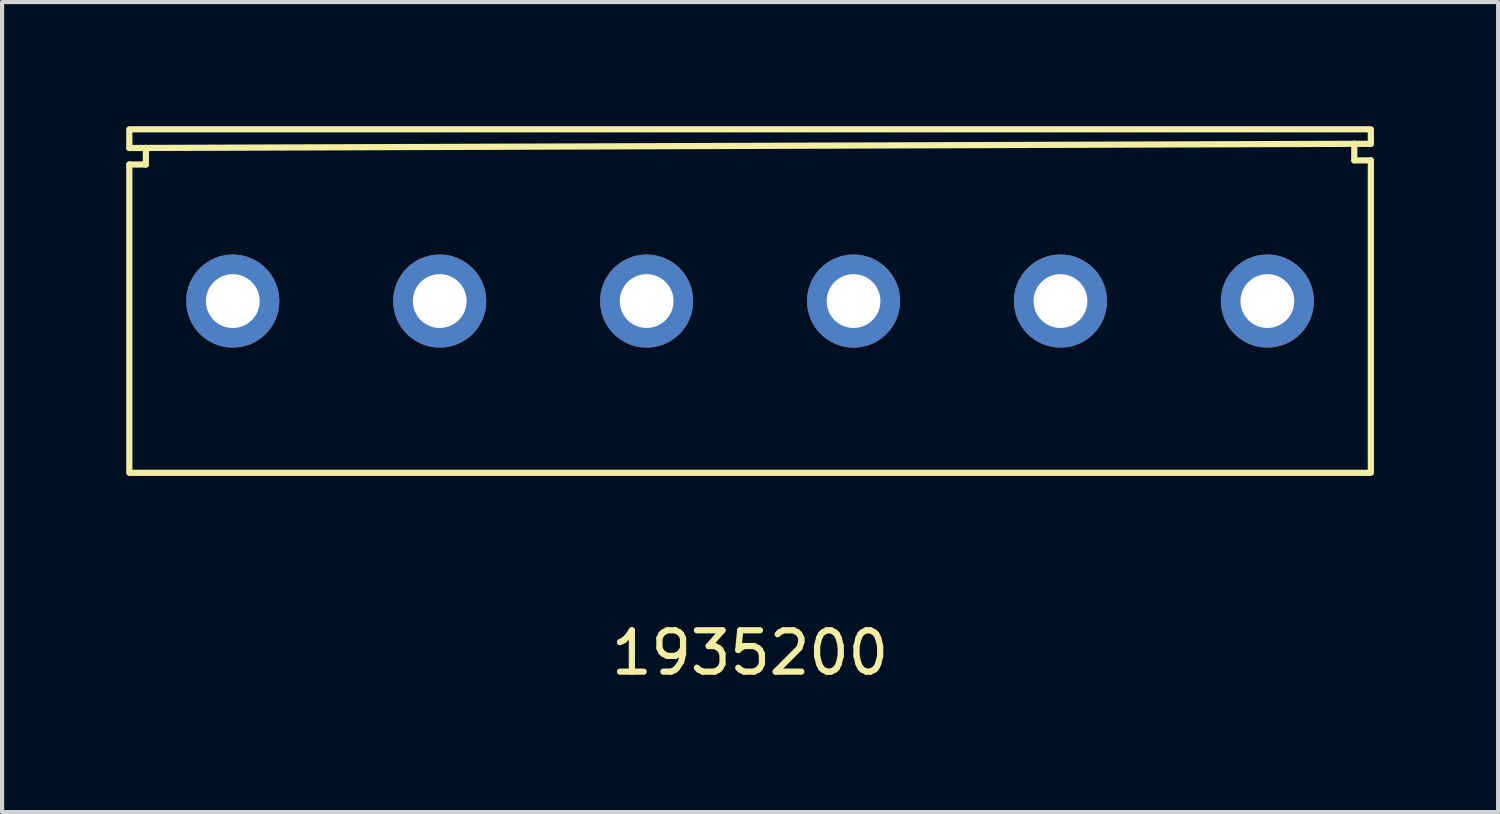
<source format=kicad_pcb>
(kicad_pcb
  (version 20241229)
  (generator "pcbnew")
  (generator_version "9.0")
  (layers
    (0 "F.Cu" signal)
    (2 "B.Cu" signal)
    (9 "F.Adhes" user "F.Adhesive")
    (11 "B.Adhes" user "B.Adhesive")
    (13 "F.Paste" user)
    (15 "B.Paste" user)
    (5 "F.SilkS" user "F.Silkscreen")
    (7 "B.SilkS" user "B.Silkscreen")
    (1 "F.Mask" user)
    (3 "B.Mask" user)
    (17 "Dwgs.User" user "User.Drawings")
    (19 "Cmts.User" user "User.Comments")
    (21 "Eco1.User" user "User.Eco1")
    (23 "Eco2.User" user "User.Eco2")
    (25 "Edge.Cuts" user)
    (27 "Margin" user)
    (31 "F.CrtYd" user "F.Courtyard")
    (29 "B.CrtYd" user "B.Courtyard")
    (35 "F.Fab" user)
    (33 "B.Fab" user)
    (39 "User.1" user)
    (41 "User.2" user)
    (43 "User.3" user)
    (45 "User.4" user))
  (footprint "1935200"
    (layer "F.Cu")
    (at 15.075 4.225)
    (property "Reference" "1935200" (at 0 8.5 0) (layer "F.SilkS") (effects (font (size 1 1) (thickness 0.15))))
    (attr through_hole)
    (fp_line (start -15 -4.15) (end 15 -4.15) (stroke (width 0.15) (type solid)) (layer "F.SilkS"))
    (fp_line (start -15 -4.1) (end -15 -3.7) (stroke (width 0.15) (type solid)) (layer "F.SilkS"))
    (fp_line (start -15 -3.7) (end -14.6 -3.7) (stroke (width 0.15) (type solid)) (layer "F.SilkS"))
    (fp_line (start -15 -3.3) (end -15 4.1) (stroke (width 0.15) (type solid)) (layer "F.SilkS"))
    (fp_line (start -15 4.15) (end 15 4.15) (stroke (width 0.15) (type solid)) (layer "F.SilkS"))
    (fp_line (start -14.6 -3.7) (end -14.6 -3.3) (stroke (width 0.15) (type solid)) (layer "F.SilkS"))
    (fp_line (start -14.6 -3.7) (end 14.6 -3.8) (stroke (width 0.15) (type solid)) (layer "F.SilkS"))
    (fp_line (start -14.6 -3.3) (end -15 -3.3) (stroke (width 0.15) (type solid)) (layer "F.SilkS"))
    (fp_line (start 14.6 -3.8) (end 14.6 -3.4) (stroke (width 0.15) (type solid)) (layer "F.SilkS"))
    (fp_line (start 14.6 -3.4) (end 15 -3.4) (stroke (width 0.15) (type solid)) (layer "F.SilkS"))
    (fp_line (start 15 -4.1) (end 15 -3.8) (stroke (width 0.15) (type solid)) (layer "F.SilkS"))
    (fp_line (start 15 -3.8) (end 14.6 -3.8) (stroke (width 0.15) (type solid)) (layer "F.SilkS"))
    (fp_line (start 15 -3.4) (end 15 4.1) (stroke (width 0.15) (type solid)) (layer "F.SilkS"))
    (pad "1" thru_hole circle (at -12.5 0) (size 2.25 2.25) (drill 1.3) (layers "*.Cu" "*.Mask"))
    (pad "2" thru_hole circle (at -7.5 0) (size 2.25 2.25) (drill 1.3) (layers "*.Cu" "*.Mask"))
    (pad "3" thru_hole circle (at -2.5 0) (size 2.25 2.25) (drill 1.3) (layers "*.Cu" "*.Mask"))
    (pad "4" thru_hole circle (at 2.5 0) (size 2.25 2.25) (drill 1.3) (layers "*.Cu" "*.Mask"))
    (pad "5" thru_hole circle (at 7.5 0) (size 2.25 2.25) (drill 1.3) (layers "*.Cu" "*.Mask"))
    (pad "6" thru_hole circle (at 12.5 0) (size 2.25 2.25) (drill 1.3) (layers "*.Cu" "*.Mask")))
  (gr_rect
    (start -3 -3)
    (end 33.15 16.573)
    (stroke (width 0.1) (type default))
    (fill no)
    (layer "Edge.Cuts")))
</source>
